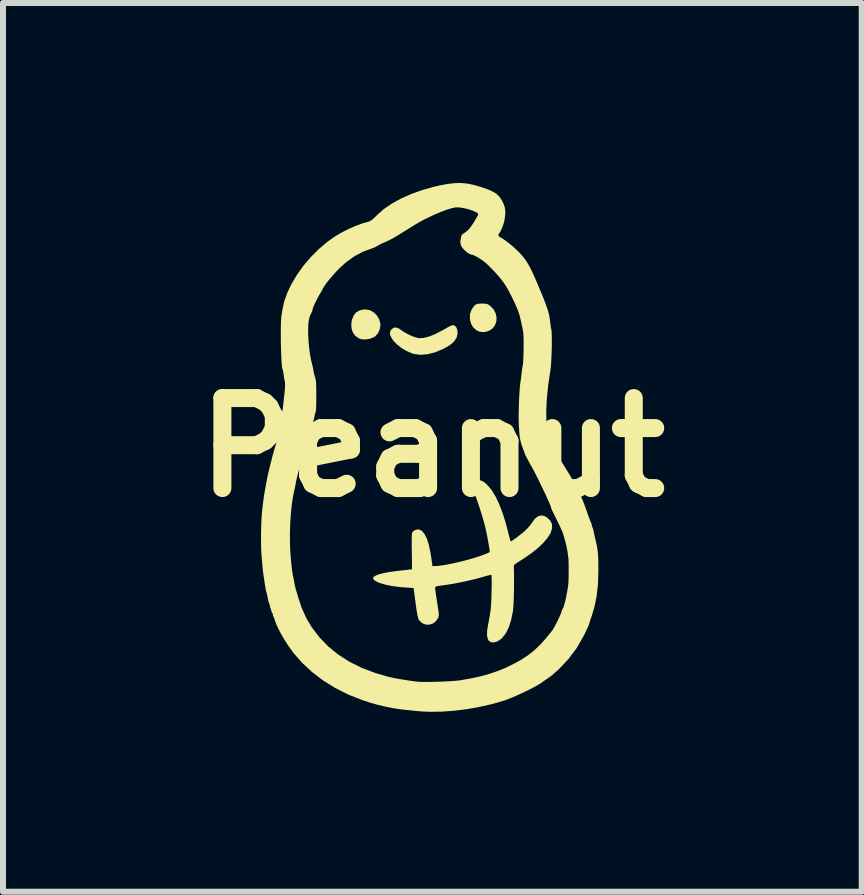
<source format=kicad_pcb>
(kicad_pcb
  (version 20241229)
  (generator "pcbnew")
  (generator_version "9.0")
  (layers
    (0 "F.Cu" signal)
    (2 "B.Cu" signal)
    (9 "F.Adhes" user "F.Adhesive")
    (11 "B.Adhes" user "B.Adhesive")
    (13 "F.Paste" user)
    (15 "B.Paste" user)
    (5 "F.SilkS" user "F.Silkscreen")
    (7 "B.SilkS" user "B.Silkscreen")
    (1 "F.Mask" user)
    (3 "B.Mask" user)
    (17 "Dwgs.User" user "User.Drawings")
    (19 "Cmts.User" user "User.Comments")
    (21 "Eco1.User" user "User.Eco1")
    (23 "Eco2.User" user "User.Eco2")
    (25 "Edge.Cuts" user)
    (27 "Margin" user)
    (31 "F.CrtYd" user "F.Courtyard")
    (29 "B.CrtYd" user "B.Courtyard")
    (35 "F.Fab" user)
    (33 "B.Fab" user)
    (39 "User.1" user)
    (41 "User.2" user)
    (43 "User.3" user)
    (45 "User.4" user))
  (footprint "Peanut"
    (layer "F.Cu")
    (at 4.157 4.407)
    (property "Reference" "Peanut" (at 0 0 0) (layer "F.SilkS") (effects (font (size 1.5 1.5) (thickness 0.3))))
    (attr board_only exclude_from_pos_files exclude_from_bom)
    (fp_poly (pts (xy -1.044 -2.287) (xy -0.982 -2.253) (xy -0.93 -2.204) (xy -0.89 -2.142) (xy -0.869 -2.074) (xy -0.866 -2.041) (xy -0.877 -1.968) (xy -0.907 -1.902) (xy -0.953 -1.851) (xy -0.978 -1.835) (xy -1.046 -1.809) (xy -1.119 -1.798) (xy -1.188 -1.804) (xy -1.224 -1.816) (xy -1.283 -1.857) (xy -1.325 -1.915) (xy -1.348 -1.986) (xy -1.351 -2.066) (xy -1.342 -2.121) (xy -1.313 -2.196) (xy -1.271 -2.25) (xy -1.214 -2.283) (xy -1.139 -2.298) (xy -1.11 -2.299)) (stroke (width 0) (type solid)) (fill yes) (layer "F.SilkS"))
    (fp_poly (pts (xy 0.877 -2.395) (xy 0.911 -2.39) (xy 0.939 -2.377) (xy 0.965 -2.357) (xy 1.021 -2.299) (xy 1.055 -2.234) (xy 1.07 -2.167) (xy 1.067 -2.101) (xy 1.046 -2.04) (xy 1.009 -1.987) (xy 0.956 -1.948) (xy 0.89 -1.925) (xy 0.844 -1.921) (xy 0.794 -1.926) (xy 0.753 -1.942) (xy 0.724 -1.961) (xy 0.678 -2.003) (xy 0.648 -2.054) (xy 0.629 -2.121) (xy 0.625 -2.15) (xy 0.628 -2.223) (xy 0.653 -2.295) (xy 0.696 -2.357) (xy 0.704 -2.365) (xy 0.726 -2.382) (xy 0.752 -2.392) (xy 0.789 -2.396) (xy 0.827 -2.397)) (stroke (width 0) (type solid)) (fill yes) (layer "F.SilkS"))
    (fp_poly (pts (xy 0.376 -2.027) (xy 0.402 -1.996) (xy 0.417 -1.952) (xy 0.42 -1.901) (xy 0.41 -1.847) (xy 0.399 -1.821) (xy 0.363 -1.767) (xy 0.31 -1.718) (xy 0.236 -1.67) (xy 0.169 -1.635) (xy 0.04 -1.583) (xy -0.084 -1.552) (xy -0.2 -1.543) (xy -0.305 -1.557) (xy -0.34 -1.567) (xy -0.431 -1.607) (xy -0.517 -1.658) (xy -0.593 -1.718) (xy -0.653 -1.781) (xy -0.683 -1.829) (xy -0.704 -1.878) (xy -0.708 -1.916) (xy -0.694 -1.95) (xy -0.683 -1.965) (xy -0.646 -1.994) (xy -0.602 -1.998) (xy -0.552 -1.978) (xy -0.529 -1.961) (xy -0.475 -1.924) (xy -0.41 -1.888) (xy -0.342 -1.856) (xy -0.278 -1.833) (xy -0.23 -1.821) (xy -0.152 -1.823) (xy -0.059 -1.846) (xy 0.049 -1.889) (xy 0.172 -1.952) (xy 0.224 -1.982) (xy 0.27 -2.008) (xy 0.31 -2.028) (xy 0.338 -2.038) (xy 0.342 -2.039)) (stroke (width 0) (type solid)) (fill yes) (layer "F.SilkS"))
    (fp_poly (pts (xy 0.79 0.547) (xy 0.791 0.548) (xy 0.824 0.557) (xy 0.856 0.575) (xy 0.894 0.606) (xy 0.925 0.637) (xy 0.992 0.718) (xy 1.056 0.824) (xy 1.117 0.954) (xy 1.174 1.104) (xy 1.227 1.275) (xy 1.251 1.368) (xy 1.268 1.435) (xy 1.283 1.493) (xy 1.295 1.537) (xy 1.302 1.563) (xy 1.304 1.568) (xy 1.316 1.564) (xy 1.344 1.546) (xy 1.383 1.519) (xy 1.428 1.485) (xy 1.475 1.448) (xy 1.52 1.412) (xy 1.549 1.386) (xy 1.591 1.345) (xy 1.628 1.301) (xy 1.654 1.265) (xy 1.704 1.196) (xy 1.755 1.152) (xy 1.809 1.134) (xy 1.864 1.142) (xy 1.913 1.17) (xy 1.966 1.223) (xy 1.994 1.281) (xy 1.996 1.346) (xy 1.974 1.418) (xy 1.967 1.434) (xy 1.918 1.512) (xy 1.846 1.595) (xy 1.755 1.682) (xy 1.646 1.768) (xy 1.523 1.853) (xy 1.472 1.885) (xy 1.419 1.918) (xy 1.385 1.941) (xy 1.366 1.959) (xy 1.358 1.975) (xy 1.357 1.993) (xy 1.357 1.994) (xy 1.36 2.066) (xy 1.361 2.152) (xy 1.361 2.248) (xy 1.361 2.348) (xy 1.359 2.448) (xy 1.356 2.541) (xy 1.352 2.624) (xy 1.347 2.691) (xy 1.342 2.736) (xy 1.312 2.881) (xy 1.273 3.002) (xy 1.224 3.1) (xy 1.165 3.175) (xy 1.129 3.207) (xy 1.075 3.238) (xy 1.022 3.252) (xy 0.976 3.247) (xy 0.942 3.224) (xy 0.937 3.218) (xy 0.918 3.176) (xy 0.91 3.123) (xy 0.913 3.054) (xy 0.927 2.967) (xy 0.929 2.956) (xy 0.943 2.884) (xy 0.957 2.804) (xy 0.968 2.732) (xy 0.971 2.712) (xy 0.975 2.668) (xy 0.979 2.61) (xy 0.983 2.54) (xy 0.985 2.464) (xy 0.987 2.386) (xy 0.989 2.31) (xy 0.989 2.242) (xy 0.988 2.186) (xy 0.987 2.145) (xy 0.984 2.126) (xy 0.983 2.125) (xy 0.969 2.126) (xy 0.935 2.134) (xy 0.886 2.147) (xy 0.828 2.164) (xy 0.828 2.164) (xy 0.725 2.192) (xy 0.604 2.221) (xy 0.475 2.249) (xy 0.345 2.274) (xy 0.224 2.293) (xy 0.173 2.3) (xy 0.114 2.308) (xy 0.077 2.315) (xy 0.056 2.323) (xy 0.047 2.332) (xy 0.046 2.344) (xy 0.047 2.365) (xy 0.053 2.407) (xy 0.061 2.466) (xy 0.072 2.535) (xy 0.08 2.586) (xy 0.092 2.666) (xy 0.101 2.724) (xy 0.106 2.765) (xy 0.107 2.795) (xy 0.104 2.816) (xy 0.099 2.834) (xy 0.091 2.85) (xy 0.053 2.904) (xy 0.003 2.94) (xy -0.055 2.956) (xy -0.115 2.953) (xy -0.171 2.929) (xy -0.218 2.885) (xy -0.225 2.876) (xy -0.236 2.849) (xy -0.248 2.8) (xy -0.261 2.728) (xy -0.275 2.632) (xy -0.28 2.593) (xy -0.313 2.345) (xy -0.469 2.334) (xy -0.583 2.324) (xy -0.689 2.308) (xy -0.784 2.288) (xy -0.865 2.265) (xy -0.927 2.24) (xy -0.969 2.213) (xy -0.983 2.196) (xy -0.989 2.176) (xy -0.98 2.161) (xy -0.955 2.143) (xy -0.903 2.12) (xy -0.827 2.099) (xy -0.73 2.08) (xy -0.614 2.064) (xy -0.611 2.064) (xy -0.546 2.056) (xy -0.481 2.049) (xy -0.428 2.043) (xy -0.41 2.04) (xy -0.339 2.032) (xy -0.34 1.954) (xy -0.34 1.913) (xy -0.341 1.854) (xy -0.342 1.781) (xy -0.343 1.702) (xy -0.344 1.661) (xy -0.344 1.587) (xy -0.344 1.521) (xy -0.342 1.469) (xy -0.34 1.434) (xy -0.338 1.423) (xy -0.316 1.395) (xy -0.279 1.375) (xy -0.239 1.367) (xy -0.222 1.369) (xy -0.173 1.394) (xy -0.13 1.445) (xy -0.092 1.52) (xy -0.06 1.621) (xy -0.033 1.747) (xy -0.021 1.819) (xy 0.002 1.98) (xy 0.066 1.978) (xy 0.116 1.974) (xy 0.184 1.964) (xy 0.268 1.949) (xy 0.359 1.93) (xy 0.455 1.908) (xy 0.548 1.885) (xy 0.634 1.861) (xy 0.635 1.861) (xy 0.715 1.837) (xy 0.789 1.813) (xy 0.855 1.789) (xy 0.907 1.769) (xy 0.943 1.753) (xy 0.957 1.742) (xy 0.957 1.741) (xy 0.955 1.716) (xy 0.948 1.672) (xy 0.938 1.613) (xy 0.926 1.547) (xy 0.913 1.478) (xy 0.9 1.412) (xy 0.887 1.355) (xy 0.886 1.348) (xy 0.863 1.258) (xy 0.832 1.151) (xy 0.797 1.036) (xy 0.758 0.919) (xy 0.723 0.821) (xy 0.702 0.754) (xy 0.686 0.689) (xy 0.678 0.631) (xy 0.678 0.588) (xy 0.68 0.581) (xy 0.697 0.555) (xy 0.734 0.544)) (stroke (width 0) (type solid)) (fill yes) (layer "F.SilkS"))
    (fp_poly (pts (xy 0.58 -4.397) (xy 0.69 -4.375) (xy 0.812 -4.339) (xy 0.906 -4.307) (xy 0.994 -4.27) (xy 1.063 -4.23) (xy 1.115 -4.181) (xy 1.157 -4.119) (xy 1.184 -4.065) (xy 1.205 -4.009) (xy 1.215 -3.953) (xy 1.216 -3.891) (xy 1.206 -3.813) (xy 1.204 -3.8) (xy 1.194 -3.752) (xy 1.177 -3.698) (xy 1.157 -3.646) (xy 1.136 -3.602) (xy 1.118 -3.574) (xy 1.112 -3.568) (xy 1.101 -3.549) (xy 1.105 -3.523) (xy 1.123 -3.505) (xy 1.127 -3.504) (xy 1.156 -3.489) (xy 1.199 -3.461) (xy 1.251 -3.422) (xy 1.307 -3.378) (xy 1.362 -3.331) (xy 1.41 -3.287) (xy 1.432 -3.266) (xy 1.478 -3.217) (xy 1.518 -3.17) (xy 1.554 -3.121) (xy 1.589 -3.068) (xy 1.623 -3.007) (xy 1.66 -2.935) (xy 1.7 -2.847) (xy 1.745 -2.742) (xy 1.792 -2.631) (xy 1.84 -2.517) (xy 1.877 -2.422) (xy 1.906 -2.342) (xy 1.928 -2.275) (xy 1.944 -2.215) (xy 1.955 -2.158) (xy 1.963 -2.102) (xy 1.966 -2.071) (xy 1.972 -2.024) (xy 1.979 -1.98) (xy 1.983 -1.967) (xy 1.987 -1.935) (xy 1.99 -1.883) (xy 1.991 -1.814) (xy 1.991 -1.734) (xy 1.99 -1.647) (xy 1.987 -1.558) (xy 1.983 -1.472) (xy 1.979 -1.394) (xy 1.973 -1.328) (xy 1.967 -1.282) (xy 1.93 -1.033) (xy 1.907 -0.8) (xy 1.898 -0.585) (xy 1.903 -0.389) (xy 1.912 -0.289) (xy 1.923 -0.224) (xy 1.941 -0.157) (xy 1.962 -0.096) (xy 1.984 -0.05) (xy 1.988 -0.044) (xy 2.009 -0.01) (xy 2.031 0.033) (xy 2.038 0.047) (xy 2.058 0.085) (xy 2.087 0.135) (xy 2.12 0.188) (xy 2.129 0.202) (xy 2.175 0.273) (xy 2.222 0.349) (xy 2.27 0.428) (xy 2.316 0.505) (xy 2.358 0.578) (xy 2.395 0.643) (xy 2.424 0.698) (xy 2.444 0.738) (xy 2.453 0.761) (xy 2.453 0.765) (xy 2.456 0.778) (xy 2.469 0.804) (xy 2.471 0.808) (xy 2.498 0.865) (xy 2.53 0.943) (xy 2.566 1.044) (xy 2.586 1.101) (xy 2.606 1.158) (xy 2.625 1.209) (xy 2.64 1.247) (xy 2.646 1.26) (xy 2.657 1.285) (xy 2.657 1.296) (xy 2.657 1.296) (xy 2.657 1.306) (xy 2.666 1.325) (xy 2.679 1.359) (xy 2.684 1.381) (xy 2.689 1.405) (xy 2.698 1.447) (xy 2.709 1.499) (xy 2.714 1.517) (xy 2.731 1.59) (xy 2.744 1.651) (xy 2.753 1.707) (xy 2.76 1.763) (xy 2.764 1.825) (xy 2.766 1.897) (xy 2.767 1.986) (xy 2.767 2.071) (xy 2.76 2.283) (xy 2.738 2.481) (xy 2.701 2.663) (xy 2.655 2.814) (xy 2.638 2.861) (xy 2.626 2.9) (xy 2.619 2.923) (xy 2.619 2.924) (xy 2.613 2.946) (xy 2.598 2.983) (xy 2.574 3.036) (xy 2.539 3.108) (xy 2.512 3.161) (xy 2.403 3.349) (xy 2.271 3.525) (xy 2.117 3.689) (xy 2.073 3.729) (xy 2.034 3.764) (xy 1.999 3.794) (xy 1.963 3.822) (xy 1.921 3.852) (xy 1.867 3.889) (xy 1.798 3.937) (xy 1.745 3.969) (xy 1.673 4.008) (xy 1.589 4.051) (xy 1.498 4.094) (xy 1.406 4.137) (xy 1.319 4.174) (xy 1.243 4.204) (xy 1.205 4.218) (xy 1.007 4.276) (xy 0.797 4.324) (xy 0.58 4.363) (xy 0.363 4.39) (xy 0.151 4.405) (xy -0.05 4.408) (xy -0.195 4.401) (xy -0.37 4.384) (xy -0.523 4.367) (xy -0.662 4.346) (xy -0.791 4.32) (xy -0.916 4.29) (xy -1.043 4.254) (xy -1.172 4.211) (xy -1.401 4.121) (xy -1.617 4.012) (xy -1.819 3.887) (xy -2.005 3.745) (xy -2.172 3.59) (xy -2.319 3.422) (xy -2.409 3.295) (xy -2.468 3.203) (xy -2.521 3.112) (xy -2.565 3.027) (xy -2.6 2.952) (xy -2.623 2.891) (xy -2.631 2.859) (xy -2.638 2.844) (xy -2.648 2.823) (xy -2.658 2.802) (xy -2.656 2.794) (xy -2.656 2.785) (xy -2.668 2.762) (xy -2.669 2.761) (xy -2.682 2.739) (xy -2.684 2.729) (xy -2.684 2.729) (xy -2.685 2.718) (xy -2.694 2.692) (xy -2.697 2.683) (xy -2.708 2.654) (xy -2.71 2.639) (xy -2.709 2.638) (xy -2.708 2.628) (xy -2.715 2.614) (xy -2.723 2.596) (xy -2.73 2.575) (xy -2.738 2.541) (xy -2.748 2.49) (xy -2.748 2.488) (xy -2.757 2.45) (xy -2.764 2.423) (xy -2.768 2.411) (xy -2.771 2.399) (xy -2.775 2.383) (xy -2.779 2.358) (xy -2.786 2.319) (xy -2.795 2.262) (xy -2.801 2.221) (xy -2.811 2.156) (xy -2.82 2.093) (xy -2.826 2.041) (xy -2.829 2.019) (xy -2.832 1.978) (xy -2.837 1.92) (xy -2.843 1.854) (xy -2.847 1.811) (xy -2.851 1.75) (xy -2.854 1.67) (xy -2.856 1.58) (xy -2.856 1.578) (xy -2.374 1.578) (xy -2.369 1.728) (xy -2.359 1.85) (xy -2.351 1.936) (xy -2.344 2.002) (xy -2.338 2.053) (xy -2.332 2.094) (xy -2.325 2.132) (xy -2.317 2.171) (xy -2.316 2.175) (xy -2.31 2.203) (xy -2.305 2.228) (xy -2.3 2.261) (xy -2.294 2.293) (xy -2.286 2.33) (xy -2.274 2.375) (xy -2.269 2.39) (xy -2.255 2.435) (xy -2.243 2.477) (xy -2.24 2.488) (xy -2.18 2.672) (xy -2.1 2.849) (xy -2.012 2.996) (xy -1.883 3.166) (xy -1.736 3.318) (xy -1.57 3.453) (xy -1.385 3.572) (xy -1.18 3.674) (xy -0.955 3.76) (xy -0.747 3.821) (xy -0.694 3.833) (xy -0.623 3.848) (xy -0.54 3.863) (xy -0.452 3.877) (xy -0.367 3.891) (xy -0.292 3.901) (xy -0.247 3.906) (xy -0.199 3.909) (xy -0.13 3.91) (xy -0.047 3.91) (xy 0.046 3.908) (xy 0.142 3.905) (xy 0.237 3.901) (xy 0.324 3.896) (xy 0.398 3.89) (xy 0.453 3.884) (xy 0.462 3.883) (xy 0.643 3.851) (xy 0.804 3.816) (xy 0.949 3.776) (xy 1.085 3.73) (xy 1.217 3.676) (xy 1.351 3.611) (xy 1.361 3.606) (xy 1.486 3.537) (xy 1.598 3.463) (xy 1.701 3.381) (xy 1.8 3.286) (xy 1.9 3.175) (xy 1.998 3.053) (xy 2.016 3.026) (xy 2.04 2.983) (xy 2.067 2.931) (xy 2.095 2.875) (xy 2.12 2.821) (xy 2.141 2.774) (xy 2.153 2.741) (xy 2.156 2.729) (xy 2.164 2.702) (xy 2.17 2.694) (xy 2.185 2.67) (xy 2.187 2.662) (xy 2.193 2.639) (xy 2.203 2.603) (xy 2.208 2.586) (xy 2.219 2.546) (xy 2.226 2.515) (xy 2.228 2.507) (xy 2.232 2.482) (xy 2.239 2.446) (xy 2.24 2.442) (xy 2.254 2.368) (xy 2.264 2.3) (xy 2.265 2.286) (xy 2.268 2.251) (xy 2.27 2.199) (xy 2.271 2.135) (xy 2.272 2.065) (xy 2.272 1.996) (xy 2.271 1.933) (xy 2.27 1.882) (xy 2.268 1.849) (xy 2.267 1.843) (xy 2.262 1.81) (xy 2.256 1.765) (xy 2.254 1.752) (xy 2.247 1.706) (xy 2.236 1.65) (xy 2.227 1.615) (xy 2.214 1.564) (xy 2.201 1.516) (xy 2.195 1.491) (xy 2.184 1.455) (xy 2.17 1.414) (xy 2.149 1.366) (xy 2.122 1.307) (xy 2.085 1.231) (xy 2.057 1.176) (xy 2.028 1.116) (xy 2.004 1.067) (xy 1.987 1.03) (xy 1.979 1.011) (xy 1.979 1.009) (xy 1.978 0.998) (xy 1.967 0.967) (xy 1.947 0.92) (xy 1.919 0.858) (xy 1.887 0.787) (xy 1.85 0.709) (xy 1.81 0.627) (xy 1.77 0.544) (xy 1.73 0.464) (xy 1.692 0.391) (xy 1.657 0.326) (xy 1.635 0.287) (xy 1.603 0.229) (xy 1.575 0.177) (xy 1.554 0.136) (xy 1.543 0.111) (xy 1.543 0.111) (xy 1.532 0.08) (xy 1.517 0.037) (xy 1.506 0.009) (xy 1.492 -0.03) (xy 1.482 -0.059) (xy 1.479 -0.069) (xy 1.475 -0.086) (xy 1.467 -0.119) (xy 1.464 -0.129) (xy 1.458 -0.163) (xy 1.452 -0.217) (xy 1.447 -0.284) (xy 1.442 -0.359) (xy 1.439 -0.434) (xy 1.438 -0.503) (xy 1.438 -0.515) (xy 1.44 -0.626) (xy 1.443 -0.738) (xy 1.448 -0.846) (xy 1.454 -0.945) (xy 1.461 -1.03) (xy 1.469 -1.095) (xy 1.471 -1.107) (xy 1.477 -1.142) (xy 1.482 -1.191) (xy 1.486 -1.223) (xy 1.492 -1.279) (xy 1.501 -1.334) (xy 1.506 -1.36) (xy 1.511 -1.395) (xy 1.515 -1.451) (xy 1.518 -1.521) (xy 1.52 -1.6) (xy 1.521 -1.682) (xy 1.521 -1.761) (xy 1.52 -1.833) (xy 1.517 -1.89) (xy 1.513 -1.928) (xy 1.513 -1.928) (xy 1.505 -1.973) (xy 1.498 -2.009) (xy 1.488 -2.05) (xy 1.487 -2.058) (xy 1.479 -2.095) (xy 1.468 -2.142) (xy 1.464 -2.162) (xy 1.445 -2.231) (xy 1.412 -2.317) (xy 1.368 -2.417) (xy 1.315 -2.527) (xy 1.254 -2.643) (xy 1.242 -2.664) (xy 1.189 -2.746) (xy 1.116 -2.84) (xy 1.025 -2.941) (xy 0.922 -3.045) (xy 0.875 -3.087) (xy 0.82 -3.127) (xy 0.764 -3.163) (xy 0.714 -3.191) (xy 0.673 -3.208) (xy 0.659 -3.21) (xy 0.625 -3.221) (xy 0.584 -3.246) (xy 0.541 -3.281) (xy 0.506 -3.319) (xy 0.487 -3.347) (xy 0.471 -3.387) (xy 0.466 -3.425) (xy 0.472 -3.471) (xy 0.48 -3.507) (xy 0.486 -3.531) (xy 0.487 -3.538) (xy 0.498 -3.548) (xy 0.524 -3.568) (xy 0.55 -3.585) (xy 0.588 -3.614) (xy 0.623 -3.653) (xy 0.662 -3.707) (xy 0.687 -3.745) (xy 0.718 -3.796) (xy 0.743 -3.84) (xy 0.76 -3.871) (xy 0.765 -3.884) (xy 0.756 -3.902) (xy 0.726 -3.921) (xy 0.68 -3.942) (xy 0.624 -3.962) (xy 0.562 -3.979) (xy 0.499 -3.992) (xy 0.441 -4) (xy 0.392 -4) (xy 0.386 -4) (xy 0.324 -3.987) (xy 0.244 -3.963) (xy 0.153 -3.929) (xy 0.053 -3.888) (xy -0.05 -3.84) (xy -0.152 -3.79) (xy -0.247 -3.737) (xy -0.302 -3.704) (xy -0.408 -3.638) (xy -0.494 -3.584) (xy -0.565 -3.541) (xy -0.621 -3.507) (xy -0.667 -3.481) (xy -0.705 -3.46) (xy -0.738 -3.444) (xy -0.768 -3.43) (xy -0.782 -3.425) (xy -0.833 -3.402) (xy -0.882 -3.378) (xy -0.917 -3.358) (xy -0.917 -3.358) (xy -0.96 -3.334) (xy -1.006 -3.316) (xy -1.01 -3.315) (xy -1.159 -3.261) (xy -1.305 -3.182) (xy -1.448 -3.077) (xy -1.543 -2.991) (xy -1.599 -2.934) (xy -1.655 -2.872) (xy -1.709 -2.809) (xy -1.757 -2.75) (xy -1.794 -2.698) (xy -1.817 -2.661) (xy -1.819 -2.657) (xy -1.832 -2.632) (xy -1.853 -2.594) (xy -1.87 -2.566) (xy -1.9 -2.514) (xy -1.93 -2.456) (xy -1.958 -2.399) (xy -1.98 -2.348) (xy -1.995 -2.308) (xy -1.999 -2.289) (xy -2.005 -2.262) (xy -2.01 -2.253) (xy -2.021 -2.234) (xy -2.036 -2.2) (xy -2.046 -2.175) (xy -2.059 -2.122) (xy -2.068 -2.047) (xy -2.071 -1.957) (xy -2.069 -1.856) (xy -2.063 -1.749) (xy -2.052 -1.641) (xy -2.037 -1.537) (xy -2.019 -1.441) (xy -2.01 -1.407) (xy -1.996 -1.352) (xy -1.987 -1.311) (xy -1.981 -1.272) (xy -1.98 -1.265) (xy -1.971 -1.224) (xy -1.96 -1.185) (xy -1.951 -1.156) (xy -1.945 -1.128) (xy -1.94 -1.097) (xy -1.937 -1.058) (xy -1.936 -1.005) (xy -1.935 -0.935) (xy -1.935 -0.874) (xy -1.935 -0.777) (xy -1.936 -0.702) (xy -1.938 -0.647) (xy -1.942 -0.608) (xy -1.946 -0.583) (xy -1.952 -0.57) (xy -1.959 -0.549) (xy -1.965 -0.516) (xy -1.965 -0.513) (xy -1.972 -0.481) (xy -1.986 -0.433) (xy -2.003 -0.377) (xy -2.012 -0.352) (xy -2.032 -0.292) (xy -2.052 -0.235) (xy -2.067 -0.189) (xy -2.072 -0.176) (xy -2.081 -0.143) (xy -2.096 -0.092) (xy -2.115 -0.028) (xy -2.135 0.044) (xy -2.156 0.119) (xy -2.176 0.19) (xy -2.193 0.253) (xy -2.206 0.302) (xy -2.213 0.332) (xy -2.214 0.333) (xy -2.22 0.361) (xy -2.232 0.405) (xy -2.245 0.456) (xy -2.247 0.462) (xy -2.26 0.517) (xy -2.272 0.567) (xy -2.278 0.604) (xy -2.279 0.606) (xy -2.285 0.644) (xy -2.296 0.694) (xy -2.304 0.729) (xy -2.326 0.838) (xy -2.345 0.967) (xy -2.359 1.111) (xy -2.369 1.264) (xy -2.374 1.422) (xy -2.374 1.578) (xy -2.856 1.578) (xy -2.856 1.486) (xy -2.855 1.413) (xy -2.853 1.313) (xy -2.85 1.232) (xy -2.846 1.164) (xy -2.842 1.101) (xy -2.835 1.037) (xy -2.827 0.965) (xy -2.827 0.964) (xy -2.822 0.928) (xy -2.816 0.88) (xy -2.813 0.853) (xy -2.808 0.815) (xy -2.798 0.758) (xy -2.786 0.69) (xy -2.773 0.617) (xy -2.76 0.547) (xy -2.748 0.485) (xy -2.738 0.44) (xy -2.736 0.43) (xy -2.727 0.394) (xy -2.723 0.378) (xy -2.716 0.35) (xy -2.706 0.307) (xy -2.693 0.257) (xy -2.681 0.21) (xy -2.672 0.174) (xy -2.67 0.163) (xy -2.653 0.102) (xy -2.638 0.049) (xy -2.621 -0.008) (xy -2.605 -0.059) (xy -2.589 -0.113) (xy -2.575 -0.161) (xy -2.567 -0.195) (xy -2.566 -0.202) (xy -2.56 -0.239) (xy -2.552 -0.292) (xy -2.543 -0.354) (xy -2.533 -0.418) (xy -2.525 -0.477) (xy -2.518 -0.525) (xy -2.513 -0.555) (xy -2.513 -0.558) (xy -2.507 -0.588) (xy -2.501 -0.605) (xy -2.497 -0.622) (xy -2.492 -0.658) (xy -2.487 -0.698) (xy -2.482 -0.749) (xy -2.475 -0.815) (xy -2.467 -0.885) (xy -2.464 -0.912) (xy -2.458 -0.974) (xy -2.455 -1.03) (xy -2.456 -1.073) (xy -2.458 -1.088) (xy -2.467 -1.135) (xy -2.475 -1.179) (xy -2.48 -1.221) (xy -2.486 -1.258) (xy -2.492 -1.289) (xy -2.499 -1.306) (xy -2.505 -1.328) (xy -2.51 -1.371) (xy -2.514 -1.433) (xy -2.518 -1.51) (xy -2.521 -1.597) (xy -2.524 -1.69) (xy -2.526 -1.786) (xy -2.526 -1.88) (xy -2.526 -1.97) (xy -2.525 -2.05) (xy -2.522 -2.117) (xy -2.519 -2.167) (xy -2.517 -2.182) (xy -2.51 -2.225) (xy -2.503 -2.275) (xy -2.501 -2.286) (xy -2.471 -2.429) (xy -2.417 -2.579) (xy -2.344 -2.731) (xy -2.253 -2.882) (xy -2.146 -3.031) (xy -2.026 -3.172) (xy -1.894 -3.304) (xy -1.753 -3.424) (xy -1.628 -3.513) (xy -1.521 -3.577) (xy -1.404 -3.637) (xy -1.284 -3.69) (xy -1.17 -3.732) (xy -1.076 -3.759) (xy -1.045 -3.769) (xy -1.015 -3.786) (xy -0.981 -3.814) (xy -0.936 -3.857) (xy -0.92 -3.874) (xy -0.81 -3.971) (xy -0.677 -4.062) (xy -0.524 -4.147) (xy -0.353 -4.223) (xy -0.167 -4.29) (xy 0.031 -4.345) (xy 0.117 -4.365) (xy 0.249 -4.39) (xy 0.366 -4.404) (xy 0.474 -4.407)) (stroke (width 0) (type solid)) (fill yes) (layer "F.SilkS")))
  (gr_rect
    (start -3 -3)
    (end 11.314 11.814)
    (stroke (width 0.1) (type default))
    (fill no)
    (layer "Edge.Cuts")))
</source>
